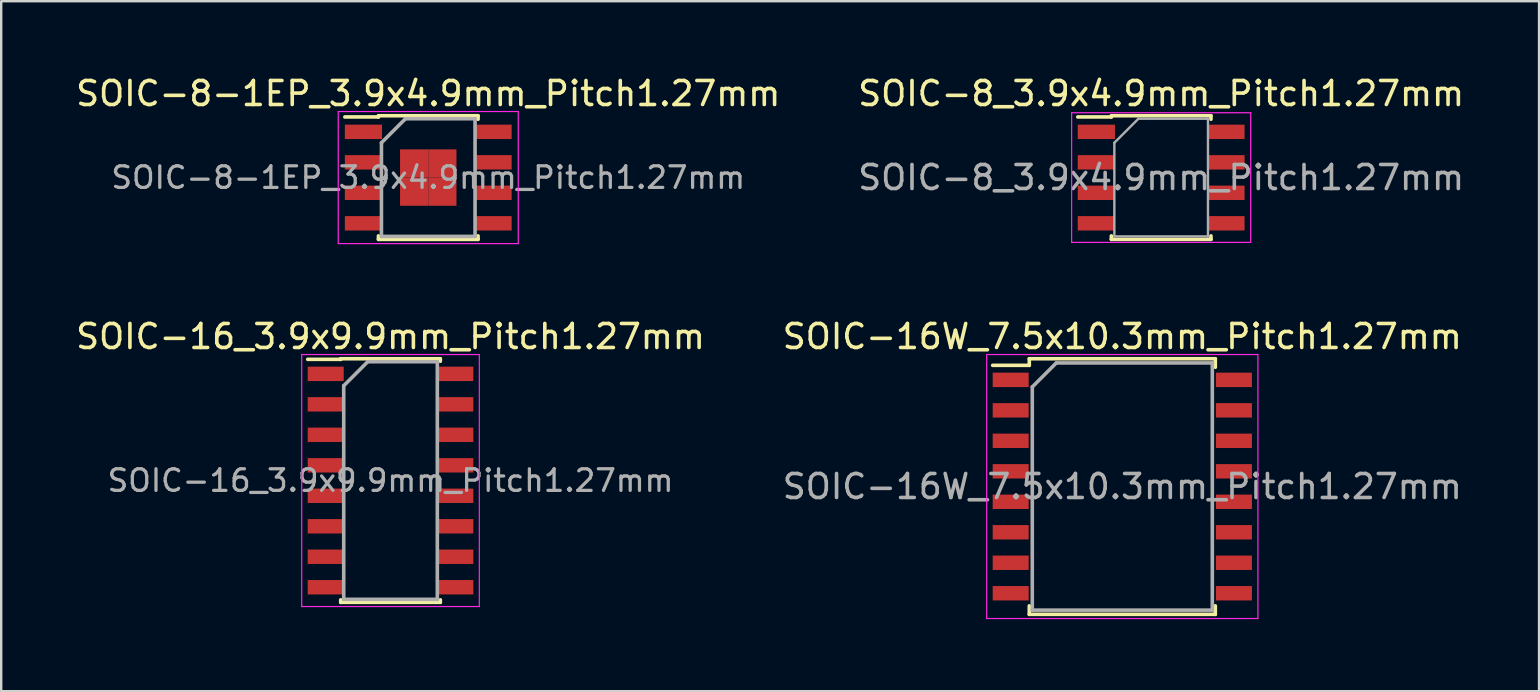
<source format=kicad_pcb>
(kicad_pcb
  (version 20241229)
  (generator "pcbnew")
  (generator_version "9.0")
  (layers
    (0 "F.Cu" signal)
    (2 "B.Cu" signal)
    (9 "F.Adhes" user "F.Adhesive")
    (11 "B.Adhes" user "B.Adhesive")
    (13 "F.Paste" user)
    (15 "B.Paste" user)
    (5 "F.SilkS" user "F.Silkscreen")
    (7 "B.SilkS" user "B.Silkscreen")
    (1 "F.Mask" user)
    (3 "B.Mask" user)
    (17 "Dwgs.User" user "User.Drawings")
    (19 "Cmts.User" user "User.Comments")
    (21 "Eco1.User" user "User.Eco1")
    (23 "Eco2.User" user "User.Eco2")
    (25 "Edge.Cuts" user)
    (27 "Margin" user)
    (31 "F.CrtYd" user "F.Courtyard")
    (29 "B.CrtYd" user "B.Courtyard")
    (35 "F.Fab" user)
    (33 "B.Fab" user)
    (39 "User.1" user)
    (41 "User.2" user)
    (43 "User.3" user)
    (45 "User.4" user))
  (footprint "SOIC-16W_7.5x10.3mm_Pitch1.27mm"
    (layer "F.Cu")
    (at 43.708 17.221)
    (property "Reference" "SOIC-16W_7.5x10.3mm_Pitch1.27mm" (at 0 -6.25 0) (layer "F.SilkS") (effects (font (size 1 1) (thickness 0.15))))
    (attr smd)
    (fp_line (start -3.875 -5.325) (end -3.875 -5.05) (stroke (width 0.15) (type solid)) (layer "F.SilkS"))
    (fp_line (start -3.875 -5.325) (end 3.875 -5.325) (stroke (width 0.15) (type solid)) (layer "F.SilkS"))
    (fp_line (start -3.875 -5.05) (end -5.4 -5.05) (stroke (width 0.15) (type solid)) (layer "F.SilkS"))
    (fp_line (start -3.875 5.325) (end -3.875 4.97) (stroke (width 0.15) (type solid)) (layer "F.SilkS"))
    (fp_line (start -3.875 5.325) (end 3.875 5.325) (stroke (width 0.15) (type solid)) (layer "F.SilkS"))
    (fp_line (start 3.875 -5.325) (end 3.875 -4.97) (stroke (width 0.15) (type solid)) (layer "F.SilkS"))
    (fp_line (start 3.875 5.325) (end 3.875 4.97) (stroke (width 0.15) (type solid)) (layer "F.SilkS"))
    (fp_line (start -5.65 -5.5) (end -5.65 5.5) (stroke (width 0.05) (type solid)) (layer "F.CrtYd"))
    (fp_line (start -5.65 -5.5) (end 5.65 -5.5) (stroke (width 0.05) (type solid)) (layer "F.CrtYd"))
    (fp_line (start -5.65 5.5) (end 5.65 5.5) (stroke (width 0.05) (type solid)) (layer "F.CrtYd"))
    (fp_line (start 5.65 -5.5) (end 5.65 5.5) (stroke (width 0.05) (type solid)) (layer "F.CrtYd"))
    (fp_line (start -3.75 -4.15) (end -2.75 -5.15) (stroke (width 0.15) (type solid)) (layer "F.Fab"))
    (fp_line (start -3.75 5.15) (end -3.75 -4.15) (stroke (width 0.15) (type solid)) (layer "F.Fab"))
    (fp_line (start -2.75 -5.15) (end 3.75 -5.15) (stroke (width 0.15) (type solid)) (layer "F.Fab"))
    (fp_line (start 3.75 -5.15) (end 3.75 5.15) (stroke (width 0.15) (type solid)) (layer "F.Fab"))
    (fp_line (start 3.75 5.15) (end -3.75 5.15) (stroke (width 0.15) (type solid)) (layer "F.Fab"))
    (fp_text user "${REFERENCE}" (at 0 0 0) (layer "F.Fab") (effects (font (size 1 1) (thickness 0.15))))
    (pad "1" smd rect (at -4.65 -4.445) (size 1.5 0.6) (layers "F.Cu" "F.Mask" "F.Paste"))
    (pad "2" smd rect (at -4.65 -3.175) (size 1.5 0.6) (layers "F.Cu" "F.Mask" "F.Paste"))
    (pad "3" smd rect (at -4.65 -1.905) (size 1.5 0.6) (layers "F.Cu" "F.Mask" "F.Paste"))
    (pad "4" smd rect (at -4.65 -0.635) (size 1.5 0.6) (layers "F.Cu" "F.Mask" "F.Paste"))
    (pad "5" smd rect (at -4.65 0.635) (size 1.5 0.6) (layers "F.Cu" "F.Mask" "F.Paste"))
    (pad "6" smd rect (at -4.65 1.905) (size 1.5 0.6) (layers "F.Cu" "F.Mask" "F.Paste"))
    (pad "7" smd rect (at -4.65 3.175) (size 1.5 0.6) (layers "F.Cu" "F.Mask" "F.Paste"))
    (pad "8" smd rect (at -4.65 4.445) (size 1.5 0.6) (layers "F.Cu" "F.Mask" "F.Paste"))
    (pad "9" smd rect (at 4.65 4.445) (size 1.5 0.6) (layers "F.Cu" "F.Mask" "F.Paste"))
    (pad "10" smd rect (at 4.65 3.175) (size 1.5 0.6) (layers "F.Cu" "F.Mask" "F.Paste"))
    (pad "11" smd rect (at 4.65 1.905) (size 1.5 0.6) (layers "F.Cu" "F.Mask" "F.Paste"))
    (pad "12" smd rect (at 4.65 0.635) (size 1.5 0.6) (layers "F.Cu" "F.Mask" "F.Paste"))
    (pad "13" smd rect (at 4.65 -0.635) (size 1.5 0.6) (layers "F.Cu" "F.Mask" "F.Paste"))
    (pad "14" smd rect (at 4.65 -1.905) (size 1.5 0.6) (layers "F.Cu" "F.Mask" "F.Paste"))
    (pad "15" smd rect (at 4.65 -3.175) (size 1.5 0.6) (layers "F.Cu" "F.Mask" "F.Paste"))
    (pad "16" smd rect (at 4.65 -4.445) (size 1.5 0.6) (layers "F.Cu" "F.Mask" "F.Paste")))
  (footprint "SOIC-8_3.9x4.9mm_Pitch1.27mm"
    (layer "F.Cu")
    (at 45.327 4.348)
    (property "Reference" "SOIC-8_3.9x4.9mm_Pitch1.27mm" (at 0 -3.5 0) (layer "F.SilkS") (effects (font (size 1 1) (thickness 0.15))))
    (attr smd)
    (fp_line (start -2.075 -2.575) (end -2.075 -2.525) (stroke (width 0.15) (type solid)) (layer "F.SilkS"))
    (fp_line (start -2.075 -2.575) (end 2.075 -2.575) (stroke (width 0.15) (type solid)) (layer "F.SilkS"))
    (fp_line (start -2.075 -2.525) (end -3.475 -2.525) (stroke (width 0.15) (type solid)) (layer "F.SilkS"))
    (fp_line (start -2.075 2.575) (end -2.075 2.43) (stroke (width 0.15) (type solid)) (layer "F.SilkS"))
    (fp_line (start -2.075 2.575) (end 2.075 2.575) (stroke (width 0.15) (type solid)) (layer "F.SilkS"))
    (fp_line (start 2.075 -2.575) (end 2.075 -2.43) (stroke (width 0.15) (type solid)) (layer "F.SilkS"))
    (fp_line (start 2.075 2.575) (end 2.075 2.43) (stroke (width 0.15) (type solid)) (layer "F.SilkS"))
    (fp_line (start -3.73 -2.7) (end -3.73 2.7) (stroke (width 0.05) (type solid)) (layer "F.CrtYd"))
    (fp_line (start -3.73 -2.7) (end 3.73 -2.7) (stroke (width 0.05) (type solid)) (layer "F.CrtYd"))
    (fp_line (start -3.73 2.7) (end 3.73 2.7) (stroke (width 0.05) (type solid)) (layer "F.CrtYd"))
    (fp_line (start 3.73 -2.7) (end 3.73 2.7) (stroke (width 0.05) (type solid)) (layer "F.CrtYd"))
    (fp_line (start -1.95 -1.45) (end -0.95 -2.45) (stroke (width 0.1) (type solid)) (layer "F.Fab"))
    (fp_line (start -1.95 2.45) (end -1.95 -1.45) (stroke (width 0.1) (type solid)) (layer "F.Fab"))
    (fp_line (start -0.95 -2.45) (end 1.95 -2.45) (stroke (width 0.1) (type solid)) (layer "F.Fab"))
    (fp_line (start 1.95 -2.45) (end 1.95 2.45) (stroke (width 0.1) (type solid)) (layer "F.Fab"))
    (fp_line (start 1.95 2.45) (end -1.95 2.45) (stroke (width 0.1) (type solid)) (layer "F.Fab"))
    (fp_text user "${REFERENCE}" (at 0 0 0) (layer "F.Fab") (effects (font (size 1 1) (thickness 0.15))))
    (pad "1" smd rect (at -2.7 -1.905) (size 1.55 0.6) (layers "F.Cu" "F.Mask" "F.Paste"))
    (pad "2" smd rect (at -2.7 -0.635) (size 1.55 0.6) (layers "F.Cu" "F.Mask" "F.Paste"))
    (pad "3" smd rect (at -2.7 0.635) (size 1.55 0.6) (layers "F.Cu" "F.Mask" "F.Paste"))
    (pad "4" smd rect (at -2.7 1.905) (size 1.55 0.6) (layers "F.Cu" "F.Mask" "F.Paste"))
    (pad "5" smd rect (at 2.7 1.905) (size 1.55 0.6) (layers "F.Cu" "F.Mask" "F.Paste"))
    (pad "6" smd rect (at 2.7 0.635) (size 1.55 0.6) (layers "F.Cu" "F.Mask" "F.Paste"))
    (pad "7" smd rect (at 2.7 -0.635) (size 1.55 0.6) (layers "F.Cu" "F.Mask" "F.Paste"))
    (pad "8" smd rect (at 2.7 -1.905) (size 1.55 0.6) (layers "F.Cu" "F.Mask" "F.Paste")))
  (footprint "SOIC-8-1EP_3.9x4.9mm_Pitch1.27mm"
    (layer "F.Cu")
    (at 14.792 4.348)
    (property "Reference" "SOIC-8-1EP_3.9x4.9mm_Pitch1.27mm" (at 0 -3.5 0) (layer "F.SilkS") (effects (font (size 1 1) (thickness 0.15))))
    (attr smd)
    (fp_line (start -2.075 -2.575) (end -2.075 -2.525) (stroke (width 0.15) (type solid)) (layer "F.SilkS"))
    (fp_line (start -2.075 -2.575) (end 2.075 -2.575) (stroke (width 0.15) (type solid)) (layer "F.SilkS"))
    (fp_line (start -2.075 -2.525) (end -3.475 -2.525) (stroke (width 0.15) (type solid)) (layer "F.SilkS"))
    (fp_line (start -2.075 2.575) (end -2.075 2.43) (stroke (width 0.15) (type solid)) (layer "F.SilkS"))
    (fp_line (start -2.075 2.575) (end 2.075 2.575) (stroke (width 0.15) (type solid)) (layer "F.SilkS"))
    (fp_line (start 2.075 -2.575) (end 2.075 -2.43) (stroke (width 0.15) (type solid)) (layer "F.SilkS"))
    (fp_line (start 2.075 2.575) (end 2.075 2.43) (stroke (width 0.15) (type solid)) (layer "F.SilkS"))
    (fp_line (start -3.75 -2.75) (end -3.75 2.75) (stroke (width 0.05) (type solid)) (layer "F.CrtYd"))
    (fp_line (start -3.75 -2.75) (end 3.75 -2.75) (stroke (width 0.05) (type solid)) (layer "F.CrtYd"))
    (fp_line (start -3.75 2.75) (end 3.75 2.75) (stroke (width 0.05) (type solid)) (layer "F.CrtYd"))
    (fp_line (start 3.75 -2.75) (end 3.75 2.75) (stroke (width 0.05) (type solid)) (layer "F.CrtYd"))
    (fp_line (start -1.95 -1.45) (end -0.95 -2.45) (stroke (width 0.15) (type solid)) (layer "F.Fab"))
    (fp_line (start -1.95 2.45) (end -1.95 -1.45) (stroke (width 0.15) (type solid)) (layer "F.Fab"))
    (fp_line (start -0.95 -2.45) (end 1.95 -2.45) (stroke (width 0.15) (type solid)) (layer "F.Fab"))
    (fp_line (start 1.95 -2.45) (end 1.95 2.45) (stroke (width 0.15) (type solid)) (layer "F.Fab"))
    (fp_line (start 1.95 2.45) (end -1.95 2.45) (stroke (width 0.15) (type solid)) (layer "F.Fab"))
    (fp_text user "${REFERENCE}" (at 0 0 0) (layer "F.Fab") (effects (font (size 0.9 0.9) (thickness 0.135))))
    (pad "1" smd rect (at -2.7 -1.905) (size 1.55 0.6) (layers "F.Cu" "F.Mask" "F.Paste"))
    (pad "2" smd rect (at -2.7 -0.635) (size 1.55 0.6) (layers "F.Cu" "F.Mask" "F.Paste"))
    (pad "3" smd rect (at -2.7 0.635) (size 1.55 0.6) (layers "F.Cu" "F.Mask" "F.Paste"))
    (pad "4" smd rect (at -2.7 1.905) (size 1.55 0.6) (layers "F.Cu" "F.Mask" "F.Paste"))
    (pad "5" smd rect (at 2.7 1.905) (size 1.55 0.6) (layers "F.Cu" "F.Mask" "F.Paste"))
    (pad "6" smd rect (at 2.7 0.635) (size 1.55 0.6) (layers "F.Cu" "F.Mask" "F.Paste"))
    (pad "7" smd rect (at 2.7 -0.635) (size 1.55 0.6) (layers "F.Cu" "F.Mask" "F.Paste"))
    (pad "8" smd rect (at 2.7 -1.905) (size 1.55 0.6) (layers "F.Cu" "F.Mask" "F.Paste"))
    (pad "9" smd rect (at -0.588 -0.588) (size 1.175 1.175) (layers "F.Cu" "F.Mask" "F.Paste"))
    (pad "9" smd rect (at -0.588 0.588) (size 1.175 1.175) (layers "F.Cu" "F.Mask" "F.Paste"))
    (pad "9" smd rect (at 0.588 -0.588) (size 1.175 1.175) (layers "F.Cu" "F.Mask" "F.Paste"))
    (pad "9" smd rect (at 0.588 0.588) (size 1.175 1.175) (layers "F.Cu" "F.Mask" "F.Paste")))
  (footprint "SOIC-16_3.9x9.9mm_Pitch1.27mm"
    (layer "F.Cu")
    (at 13.22 16.971)
    (property "Reference" "SOIC-16_3.9x9.9mm_Pitch1.27mm" (at 0 -6 0) (layer "F.SilkS") (effects (font (size 1 1) (thickness 0.15))))
    (attr smd)
    (fp_line (start -2.075 -5.075) (end -2.075 -5.05) (stroke (width 0.15) (type solid)) (layer "F.SilkS"))
    (fp_line (start -2.075 -5.075) (end 2.075 -5.075) (stroke (width 0.15) (type solid)) (layer "F.SilkS"))
    (fp_line (start -2.075 -5.05) (end -3.45 -5.05) (stroke (width 0.15) (type solid)) (layer "F.SilkS"))
    (fp_line (start -2.075 5.075) (end -2.075 4.97) (stroke (width 0.15) (type solid)) (layer "F.SilkS"))
    (fp_line (start -2.075 5.075) (end 2.075 5.075) (stroke (width 0.15) (type solid)) (layer "F.SilkS"))
    (fp_line (start 2.075 -5.075) (end 2.075 -4.97) (stroke (width 0.15) (type solid)) (layer "F.SilkS"))
    (fp_line (start 2.075 5.075) (end 2.075 4.97) (stroke (width 0.15) (type solid)) (layer "F.SilkS"))
    (fp_line (start -3.7 -5.25) (end -3.7 5.25) (stroke (width 0.05) (type solid)) (layer "F.CrtYd"))
    (fp_line (start -3.7 -5.25) (end 3.7 -5.25) (stroke (width 0.05) (type solid)) (layer "F.CrtYd"))
    (fp_line (start -3.7 5.25) (end 3.7 5.25) (stroke (width 0.05) (type solid)) (layer "F.CrtYd"))
    (fp_line (start 3.7 -5.25) (end 3.7 5.25) (stroke (width 0.05) (type solid)) (layer "F.CrtYd"))
    (fp_line (start -1.95 -3.95) (end -0.95 -4.95) (stroke (width 0.15) (type solid)) (layer "F.Fab"))
    (fp_line (start -1.95 4.95) (end -1.95 -3.95) (stroke (width 0.15) (type solid)) (layer "F.Fab"))
    (fp_line (start -0.95 -4.95) (end 1.95 -4.95) (stroke (width 0.15) (type solid)) (layer "F.Fab"))
    (fp_line (start 1.95 -4.95) (end 1.95 4.95) (stroke (width 0.15) (type solid)) (layer "F.Fab"))
    (fp_line (start 1.95 4.95) (end -1.95 4.95) (stroke (width 0.15) (type solid)) (layer "F.Fab"))
    (fp_text user "${REFERENCE}" (at 0 0 0) (layer "F.Fab") (effects (font (size 0.9 0.9) (thickness 0.135))))
    (pad "1" smd rect (at -2.7 -4.445) (size 1.5 0.6) (layers "F.Cu" "F.Mask" "F.Paste"))
    (pad "2" smd rect (at -2.7 -3.175) (size 1.5 0.6) (layers "F.Cu" "F.Mask" "F.Paste"))
    (pad "3" smd rect (at -2.7 -1.905) (size 1.5 0.6) (layers "F.Cu" "F.Mask" "F.Paste"))
    (pad "4" smd rect (at -2.7 -0.635) (size 1.5 0.6) (layers "F.Cu" "F.Mask" "F.Paste"))
    (pad "5" smd rect (at -2.7 0.635) (size 1.5 0.6) (layers "F.Cu" "F.Mask" "F.Paste"))
    (pad "6" smd rect (at -2.7 1.905) (size 1.5 0.6) (layers "F.Cu" "F.Mask" "F.Paste"))
    (pad "7" smd rect (at -2.7 3.175) (size 1.5 0.6) (layers "F.Cu" "F.Mask" "F.Paste"))
    (pad "8" smd rect (at -2.7 4.445) (size 1.5 0.6) (layers "F.Cu" "F.Mask" "F.Paste"))
    (pad "9" smd rect (at 2.7 4.445) (size 1.5 0.6) (layers "F.Cu" "F.Mask" "F.Paste"))
    (pad "10" smd rect (at 2.7 3.175) (size 1.5 0.6) (layers "F.Cu" "F.Mask" "F.Paste"))
    (pad "11" smd rect (at 2.7 1.905) (size 1.5 0.6) (layers "F.Cu" "F.Mask" "F.Paste"))
    (pad "12" smd rect (at 2.7 0.635) (size 1.5 0.6) (layers "F.Cu" "F.Mask" "F.Paste"))
    (pad "13" smd rect (at 2.7 -0.635) (size 1.5 0.6) (layers "F.Cu" "F.Mask" "F.Paste"))
    (pad "14" smd rect (at 2.7 -1.905) (size 1.5 0.6) (layers "F.Cu" "F.Mask" "F.Paste"))
    (pad "15" smd rect (at 2.7 -3.175) (size 1.5 0.6) (layers "F.Cu" "F.Mask" "F.Paste"))
    (pad "16" smd rect (at 2.7 -4.445) (size 1.5 0.6) (layers "F.Cu" "F.Mask" "F.Paste")))
  (gr_rect
    (start -3 -3)
    (end 61.071 25.747)
    (stroke (width 0.1) (type default))
    (fill no)
    (layer "Edge.Cuts")))
</source>
